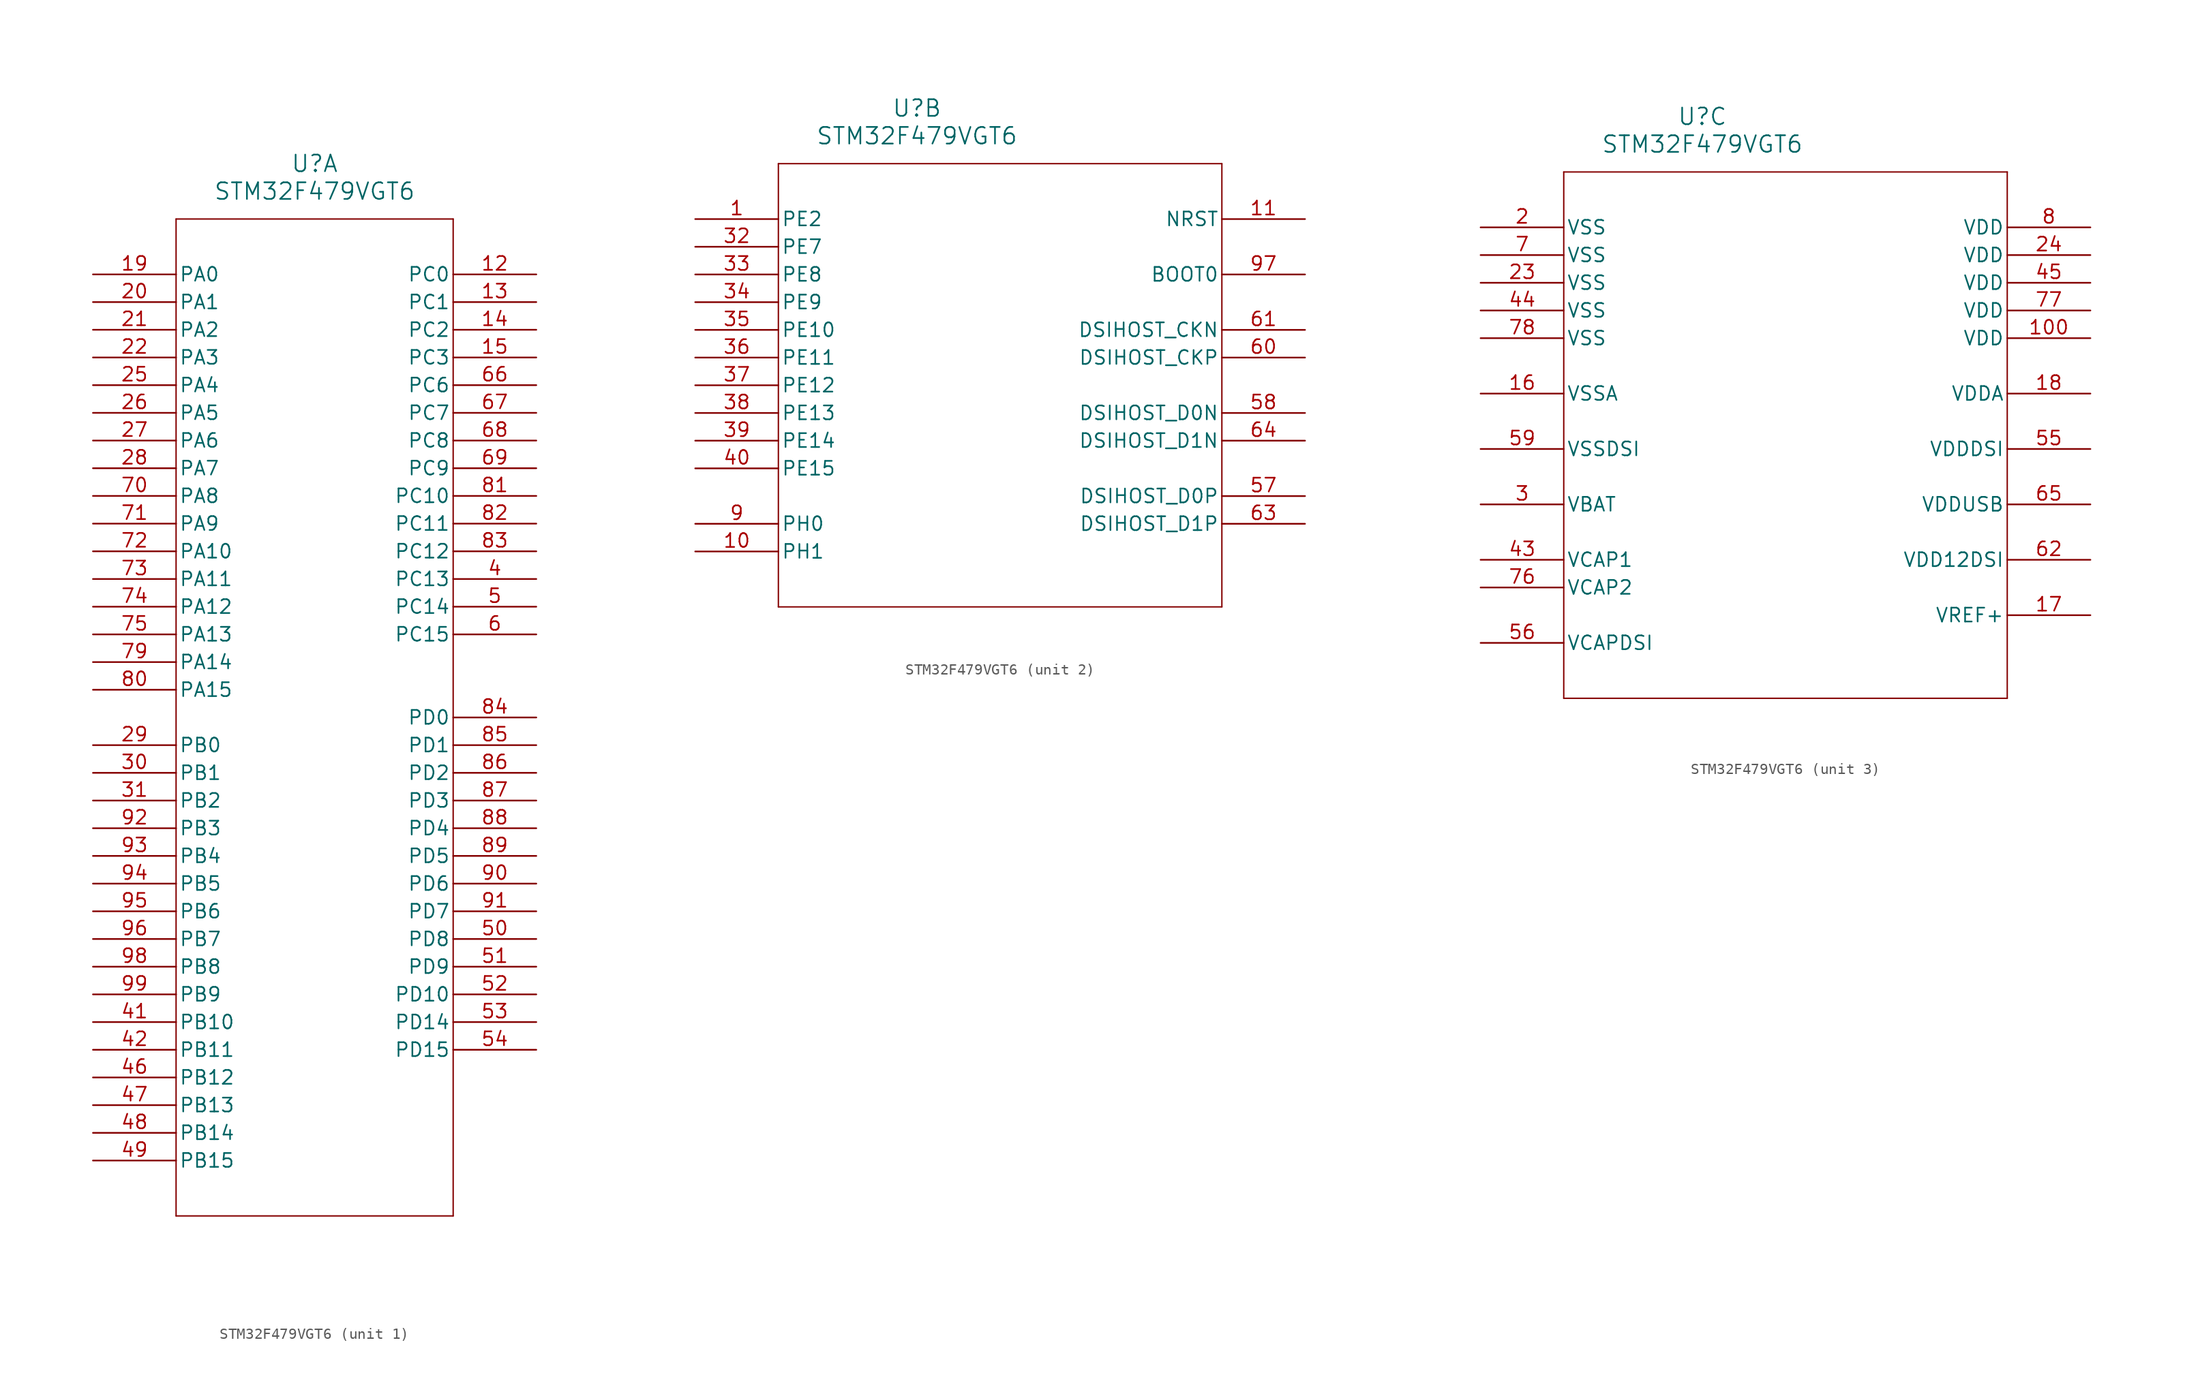
<source format=kicad_sym>
(kicad_symbol_lib
  (version 20231120)
  (generator "kicad_symbol_editor")
  (generator_version "8.0")
  (symbol "STM32F479VGT6"
    (pin_names
      (offset 0.254))
    (property "Reference" "U"
      (at 20.32 10.16 0)
      (effects (font (size 1.524 1.524))))
    (property "Value" "STM32F479VGT6"
      (at 20.32 7.62 0)
      (effects (font (size 1.524 1.524))))
    (property "ki_locked" ""
      (at 0 0 0)
      (effects (font (size 1.27 1.27))))
    (symbol "STM32F479VGT6_1_1"
      (polyline (pts (xy 7.62 -86.36) (xy 33.02 -86.36)) (stroke (width 0.127) (type default)) (fill (type none)))
      (polyline (pts (xy 7.62 5.08) (xy 7.62 -86.36)) (stroke (width 0.127) (type default)) (fill (type none)))
      (polyline (pts (xy 33.02 -86.36) (xy 33.02 5.08)) (stroke (width 0.127) (type default)) (fill (type none)))
      (polyline (pts (xy 33.02 5.08) (xy 7.62 5.08)) (stroke (width 0.127) (type default)) (fill (type none)))
      (pin bidirectional line (at 40.64 0 180) (length 7.62) (name "PC0" (effects (font (size 1.27 1.27)))) (number "12" (effects (font (size 1.27 1.27)))))
      (pin bidirectional line (at 40.64 -2.54 180) (length 7.62) (name "PC1" (effects (font (size 1.27 1.27)))) (number "13" (effects (font (size 1.27 1.27)))))
      (pin bidirectional line (at 40.64 -5.08 180) (length 7.62) (name "PC2" (effects (font (size 1.27 1.27)))) (number "14" (effects (font (size 1.27 1.27)))))
      (pin bidirectional line (at 40.64 -7.62 180) (length 7.62) (name "PC3" (effects (font (size 1.27 1.27)))) (number "15" (effects (font (size 1.27 1.27)))))
      (pin bidirectional line (at 0 0 0) (length 7.62) (name "PA0" (effects (font (size 1.27 1.27)))) (number "19" (effects (font (size 1.27 1.27)))))
      (pin bidirectional line (at 0 -2.54 0) (length 7.62) (name "PA1" (effects (font (size 1.27 1.27)))) (number "20" (effects (font (size 1.27 1.27)))))
      (pin bidirectional line (at 0 -5.08 0) (length 7.62) (name "PA2" (effects (font (size 1.27 1.27)))) (number "21" (effects (font (size 1.27 1.27)))))
      (pin bidirectional line (at 0 -7.62 0) (length 7.62) (name "PA3" (effects (font (size 1.27 1.27)))) (number "22" (effects (font (size 1.27 1.27)))))
      (pin bidirectional line (at 0 -10.16 0) (length 7.62) (name "PA4" (effects (font (size 1.27 1.27)))) (number "25" (effects (font (size 1.27 1.27)))))
      (pin bidirectional line (at 0 -12.7 0) (length 7.62) (name "PA5" (effects (font (size 1.27 1.27)))) (number "26" (effects (font (size 1.27 1.27)))))
      (pin bidirectional line (at 0 -15.24 0) (length 7.62) (name "PA6" (effects (font (size 1.27 1.27)))) (number "27" (effects (font (size 1.27 1.27)))))
      (pin bidirectional line (at 0 -17.78 0) (length 7.62) (name "PA7" (effects (font (size 1.27 1.27)))) (number "28" (effects (font (size 1.27 1.27)))))
      (pin bidirectional line (at 0 -43.18 0) (length 7.62) (name "PB0" (effects (font (size 1.27 1.27)))) (number "29" (effects (font (size 1.27 1.27)))))
      (pin bidirectional line (at 0 -45.72 0) (length 7.62) (name "PB1" (effects (font (size 1.27 1.27)))) (number "30" (effects (font (size 1.27 1.27)))))
      (pin bidirectional line (at 0 -48.26 0) (length 7.62) (name "PB2" (effects (font (size 1.27 1.27)))) (number "31" (effects (font (size 1.27 1.27)))))
      (pin bidirectional line (at 40.64 -27.94 180) (length 7.62) (name "PC13" (effects (font (size 1.27 1.27)))) (number "4" (effects (font (size 1.27 1.27)))))
      (pin bidirectional line (at 0 -68.58 0) (length 7.62) (name "PB10" (effects (font (size 1.27 1.27)))) (number "41" (effects (font (size 1.27 1.27)))))
      (pin bidirectional line (at 0 -71.12 0) (length 7.62) (name "PB11" (effects (font (size 1.27 1.27)))) (number "42" (effects (font (size 1.27 1.27)))))
      (pin bidirectional line (at 0 -73.66 0) (length 7.62) (name "PB12" (effects (font (size 1.27 1.27)))) (number "46" (effects (font (size 1.27 1.27)))))
      (pin bidirectional line (at 0 -76.2 0) (length 7.62) (name "PB13" (effects (font (size 1.27 1.27)))) (number "47" (effects (font (size 1.27 1.27)))))
      (pin bidirectional line (at 0 -78.74 0) (length 7.62) (name "PB14" (effects (font (size 1.27 1.27)))) (number "48" (effects (font (size 1.27 1.27)))))
      (pin bidirectional line (at 0 -81.28 0) (length 7.62) (name "PB15" (effects (font (size 1.27 1.27)))) (number "49" (effects (font (size 1.27 1.27)))))
      (pin bidirectional line (at 40.64 -30.48 180) (length 7.62) (name "PC14" (effects (font (size 1.27 1.27)))) (number "5" (effects (font (size 1.27 1.27)))))
      (pin bidirectional line (at 40.64 -60.96 180) (length 7.62) (name "PD8" (effects (font (size 1.27 1.27)))) (number "50" (effects (font (size 1.27 1.27)))))
      (pin bidirectional line (at 40.64 -63.5 180) (length 7.62) (name "PD9" (effects (font (size 1.27 1.27)))) (number "51" (effects (font (size 1.27 1.27)))))
      (pin bidirectional line (at 40.64 -66.04 180) (length 7.62) (name "PD10" (effects (font (size 1.27 1.27)))) (number "52" (effects (font (size 1.27 1.27)))))
      (pin bidirectional line (at 40.64 -68.58 180) (length 7.62) (name "PD14" (effects (font (size 1.27 1.27)))) (number "53" (effects (font (size 1.27 1.27)))))
      (pin bidirectional line (at 40.64 -71.12 180) (length 7.62) (name "PD15" (effects (font (size 1.27 1.27)))) (number "54" (effects (font (size 1.27 1.27)))))
      (pin bidirectional line (at 40.64 -33.02 180) (length 7.62) (name "PC15" (effects (font (size 1.27 1.27)))) (number "6" (effects (font (size 1.27 1.27)))))
      (pin bidirectional line (at 40.64 -10.16 180) (length 7.62) (name "PC6" (effects (font (size 1.27 1.27)))) (number "66" (effects (font (size 1.27 1.27)))))
      (pin bidirectional line (at 40.64 -12.7 180) (length 7.62) (name "PC7" (effects (font (size 1.27 1.27)))) (number "67" (effects (font (size 1.27 1.27)))))
      (pin bidirectional line (at 40.64 -15.24 180) (length 7.62) (name "PC8" (effects (font (size 1.27 1.27)))) (number "68" (effects (font (size 1.27 1.27)))))
      (pin bidirectional line (at 40.64 -17.78 180) (length 7.62) (name "PC9" (effects (font (size 1.27 1.27)))) (number "69" (effects (font (size 1.27 1.27)))))
      (pin bidirectional line (at 0 -20.32 0) (length 7.62) (name "PA8" (effects (font (size 1.27 1.27)))) (number "70" (effects (font (size 1.27 1.27)))))
      (pin bidirectional line (at 0 -22.86 0) (length 7.62) (name "PA9" (effects (font (size 1.27 1.27)))) (number "71" (effects (font (size 1.27 1.27)))))
      (pin bidirectional line (at 0 -25.4 0) (length 7.62) (name "PA10" (effects (font (size 1.27 1.27)))) (number "72" (effects (font (size 1.27 1.27)))))
      (pin bidirectional line (at 0 -27.94 0) (length 7.62) (name "PA11" (effects (font (size 1.27 1.27)))) (number "73" (effects (font (size 1.27 1.27)))))
      (pin bidirectional line (at 0 -30.48 0) (length 7.62) (name "PA12" (effects (font (size 1.27 1.27)))) (number "74" (effects (font (size 1.27 1.27)))))
      (pin bidirectional line (at 0 -33.02 0) (length 7.62) (name "PA13" (effects (font (size 1.27 1.27)))) (number "75" (effects (font (size 1.27 1.27)))))
      (pin bidirectional line (at 0 -35.56 0) (length 7.62) (name "PA14" (effects (font (size 1.27 1.27)))) (number "79" (effects (font (size 1.27 1.27)))))
      (pin bidirectional line (at 0 -38.1 0) (length 7.62) (name "PA15" (effects (font (size 1.27 1.27)))) (number "80" (effects (font (size 1.27 1.27)))))
      (pin bidirectional line (at 40.64 -20.32 180) (length 7.62) (name "PC10" (effects (font (size 1.27 1.27)))) (number "81" (effects (font (size 1.27 1.27)))))
      (pin bidirectional line (at 40.64 -22.86 180) (length 7.62) (name "PC11" (effects (font (size 1.27 1.27)))) (number "82" (effects (font (size 1.27 1.27)))))
      (pin bidirectional line (at 40.64 -25.4 180) (length 7.62) (name "PC12" (effects (font (size 1.27 1.27)))) (number "83" (effects (font (size 1.27 1.27)))))
      (pin bidirectional line (at 40.64 -40.64 180) (length 7.62) (name "PD0" (effects (font (size 1.27 1.27)))) (number "84" (effects (font (size 1.27 1.27)))))
      (pin bidirectional line (at 40.64 -43.18 180) (length 7.62) (name "PD1" (effects (font (size 1.27 1.27)))) (number "85" (effects (font (size 1.27 1.27)))))
      (pin bidirectional line (at 40.64 -45.72 180) (length 7.62) (name "PD2" (effects (font (size 1.27 1.27)))) (number "86" (effects (font (size 1.27 1.27)))))
      (pin bidirectional line (at 40.64 -48.26 180) (length 7.62) (name "PD3" (effects (font (size 1.27 1.27)))) (number "87" (effects (font (size 1.27 1.27)))))
      (pin bidirectional line (at 40.64 -50.8 180) (length 7.62) (name "PD4" (effects (font (size 1.27 1.27)))) (number "88" (effects (font (size 1.27 1.27)))))
      (pin bidirectional line (at 40.64 -53.34 180) (length 7.62) (name "PD5" (effects (font (size 1.27 1.27)))) (number "89" (effects (font (size 1.27 1.27)))))
      (pin bidirectional line (at 40.64 -55.88 180) (length 7.62) (name "PD6" (effects (font (size 1.27 1.27)))) (number "90" (effects (font (size 1.27 1.27)))))
      (pin bidirectional line (at 40.64 -58.42 180) (length 7.62) (name "PD7" (effects (font (size 1.27 1.27)))) (number "91" (effects (font (size 1.27 1.27)))))
      (pin bidirectional line (at 0 -50.8 0) (length 7.62) (name "PB3" (effects (font (size 1.27 1.27)))) (number "92" (effects (font (size 1.27 1.27)))))
      (pin bidirectional line (at 0 -53.34 0) (length 7.62) (name "PB4" (effects (font (size 1.27 1.27)))) (number "93" (effects (font (size 1.27 1.27)))))
      (pin bidirectional line (at 0 -55.88 0) (length 7.62) (name "PB5" (effects (font (size 1.27 1.27)))) (number "94" (effects (font (size 1.27 1.27)))))
      (pin bidirectional line (at 0 -58.42 0) (length 7.62) (name "PB6" (effects (font (size 1.27 1.27)))) (number "95" (effects (font (size 1.27 1.27)))))
      (pin bidirectional line (at 0 -60.96 0) (length 7.62) (name "PB7" (effects (font (size 1.27 1.27)))) (number "96" (effects (font (size 1.27 1.27)))))
      (pin bidirectional line (at 0 -63.5 0) (length 7.62) (name "PB8" (effects (font (size 1.27 1.27)))) (number "98" (effects (font (size 1.27 1.27)))))
      (pin bidirectional line (at 0 -66.04 0) (length 7.62) (name "PB9" (effects (font (size 1.27 1.27)))) (number "99" (effects (font (size 1.27 1.27))))))
    (symbol "STM32F479VGT6_2_1"
      (polyline (pts (xy 7.62 -35.56) (xy 48.26 -35.56)) (stroke (width 0.127) (type default)) (fill (type none)))
      (polyline (pts (xy 7.62 5.08) (xy 7.62 -35.56)) (stroke (width 0.127) (type default)) (fill (type none)))
      (polyline (pts (xy 48.26 -35.56) (xy 48.26 5.08)) (stroke (width 0.127) (type default)) (fill (type none)))
      (polyline (pts (xy 48.26 5.08) (xy 7.62 5.08)) (stroke (width 0.127) (type default)) (fill (type none)))
      (pin bidirectional line (at 0 0 0) (length 7.62) (name "PE2" (effects (font (size 1.27 1.27)))) (number "1" (effects (font (size 1.27 1.27)))))
      (pin bidirectional line (at 0 -30.48 0) (length 7.62) (name "PH1" (effects (font (size 1.27 1.27)))) (number "10" (effects (font (size 1.27 1.27)))))
      (pin bidirectional line (at 55.88 0 180) (length 7.62) (name "NRST" (effects (font (size 1.27 1.27)))) (number "11" (effects (font (size 1.27 1.27)))))
      (pin bidirectional line (at 0 -2.54 0) (length 7.62) (name "PE7" (effects (font (size 1.27 1.27)))) (number "32" (effects (font (size 1.27 1.27)))))
      (pin bidirectional line (at 0 -5.08 0) (length 7.62) (name "PE8" (effects (font (size 1.27 1.27)))) (number "33" (effects (font (size 1.27 1.27)))))
      (pin bidirectional line (at 0 -7.62 0) (length 7.62) (name "PE9" (effects (font (size 1.27 1.27)))) (number "34" (effects (font (size 1.27 1.27)))))
      (pin bidirectional line (at 0 -10.16 0) (length 7.62) (name "PE10" (effects (font (size 1.27 1.27)))) (number "35" (effects (font (size 1.27 1.27)))))
      (pin bidirectional line (at 0 -12.7 0) (length 7.62) (name "PE11" (effects (font (size 1.27 1.27)))) (number "36" (effects (font (size 1.27 1.27)))))
      (pin bidirectional line (at 0 -15.24 0) (length 7.62) (name "PE12" (effects (font (size 1.27 1.27)))) (number "37" (effects (font (size 1.27 1.27)))))
      (pin bidirectional line (at 0 -17.78 0) (length 7.62) (name "PE13" (effects (font (size 1.27 1.27)))) (number "38" (effects (font (size 1.27 1.27)))))
      (pin bidirectional line (at 0 -20.32 0) (length 7.62) (name "PE14" (effects (font (size 1.27 1.27)))) (number "39" (effects (font (size 1.27 1.27)))))
      (pin bidirectional line (at 0 -22.86 0) (length 7.62) (name "PE15" (effects (font (size 1.27 1.27)))) (number "40" (effects (font (size 1.27 1.27)))))
      (pin bidirectional line (at 55.88 -25.4 180) (length 7.62) (name "DSIHOST_D0P" (effects (font (size 1.27 1.27)))) (number "57" (effects (font (size 1.27 1.27)))))
      (pin bidirectional line (at 55.88 -17.78 180) (length 7.62) (name "DSIHOST_D0N" (effects (font (size 1.27 1.27)))) (number "58" (effects (font (size 1.27 1.27)))))
      (pin bidirectional line (at 55.88 -12.7 180) (length 7.62) (name "DSIHOST_CKP" (effects (font (size 1.27 1.27)))) (number "60" (effects (font (size 1.27 1.27)))))
      (pin bidirectional line (at 55.88 -10.16 180) (length 7.62) (name "DSIHOST_CKN" (effects (font (size 1.27 1.27)))) (number "61" (effects (font (size 1.27 1.27)))))
      (pin bidirectional line (at 55.88 -27.94 180) (length 7.62) (name "DSIHOST_D1P" (effects (font (size 1.27 1.27)))) (number "63" (effects (font (size 1.27 1.27)))))
      (pin bidirectional line (at 55.88 -20.32 180) (length 7.62) (name "DSIHOST_D1N" (effects (font (size 1.27 1.27)))) (number "64" (effects (font (size 1.27 1.27)))))
      (pin bidirectional line (at 0 -27.94 0) (length 7.62) (name "PH0" (effects (font (size 1.27 1.27)))) (number "9" (effects (font (size 1.27 1.27)))))
      (pin input line (at 55.88 -5.08 180) (length 7.62) (name "BOOT0" (effects (font (size 1.27 1.27)))) (number "97" (effects (font (size 1.27 1.27))))))
    (symbol "STM32F479VGT6_3_1"
      (polyline (pts (xy 7.62 -43.18) (xy 48.26 -43.18)) (stroke (width 0.127) (type default)) (fill (type none)))
      (polyline (pts (xy 7.62 5.08) (xy 7.62 -43.18)) (stroke (width 0.127) (type default)) (fill (type none)))
      (polyline (pts (xy 48.26 -43.18) (xy 48.26 5.08)) (stroke (width 0.127) (type default)) (fill (type none)))
      (polyline (pts (xy 48.26 5.08) (xy 7.62 5.08)) (stroke (width 0.127) (type default)) (fill (type none)))
      (pin power_in line (at 55.88 -10.16 180) (length 7.62) (name "VDD" (effects (font (size 1.27 1.27)))) (number "100" (effects (font (size 1.27 1.27)))))
      (pin power_in line (at 0 -15.24 0) (length 7.62) (name "VSSA" (effects (font (size 1.27 1.27)))) (number "16" (effects (font (size 1.27 1.27)))))
      (pin power_in line (at 55.88 -35.56 180) (length 7.62) (name "VREF+" (effects (font (size 1.27 1.27)))) (number "17" (effects (font (size 1.27 1.27)))))
      (pin power_in line (at 55.88 -15.24 180) (length 7.62) (name "VDDA" (effects (font (size 1.27 1.27)))) (number "18" (effects (font (size 1.27 1.27)))))
      (pin power_in line (at 0 0 0) (length 7.62) (name "VSS" (effects (font (size 1.27 1.27)))) (number "2" (effects (font (size 1.27 1.27)))))
      (pin power_in line (at 0 -5.08 0) (length 7.62) (name "VSS" (effects (font (size 1.27 1.27)))) (number "23" (effects (font (size 1.27 1.27)))))
      (pin power_in line (at 55.88 -2.54 180) (length 7.62) (name "VDD" (effects (font (size 1.27 1.27)))) (number "24" (effects (font (size 1.27 1.27)))))
      (pin power_in line (at 0 -25.4 0) (length 7.62) (name "VBAT" (effects (font (size 1.27 1.27)))) (number "3" (effects (font (size 1.27 1.27)))))
      (pin power_in line (at 0 -30.48 0) (length 7.62) (name "VCAP1" (effects (font (size 1.27 1.27)))) (number "43" (effects (font (size 1.27 1.27)))))
      (pin power_in line (at 0 -7.62 0) (length 7.62) (name "VSS" (effects (font (size 1.27 1.27)))) (number "44" (effects (font (size 1.27 1.27)))))
      (pin power_in line (at 55.88 -5.08 180) (length 7.62) (name "VDD" (effects (font (size 1.27 1.27)))) (number "45" (effects (font (size 1.27 1.27)))))
      (pin power_in line (at 55.88 -20.32 180) (length 7.62) (name "VDDDSI" (effects (font (size 1.27 1.27)))) (number "55" (effects (font (size 1.27 1.27)))))
      (pin power_in line (at 0 -38.1 0) (length 7.62) (name "VCAPDSI" (effects (font (size 1.27 1.27)))) (number "56" (effects (font (size 1.27 1.27)))))
      (pin power_in line (at 0 -20.32 0) (length 7.62) (name "VSSDSI" (effects (font (size 1.27 1.27)))) (number "59" (effects (font (size 1.27 1.27)))))
      (pin power_in line (at 55.88 -30.48 180) (length 7.62) (name "VDD12DSI" (effects (font (size 1.27 1.27)))) (number "62" (effects (font (size 1.27 1.27)))))
      (pin power_in line (at 55.88 -25.4 180) (length 7.62) (name "VDDUSB" (effects (font (size 1.27 1.27)))) (number "65" (effects (font (size 1.27 1.27)))))
      (pin power_in line (at 0 -2.54 0) (length 7.62) (name "VSS" (effects (font (size 1.27 1.27)))) (number "7" (effects (font (size 1.27 1.27)))))
      (pin power_in line (at 0 -33.02 0) (length 7.62) (name "VCAP2" (effects (font (size 1.27 1.27)))) (number "76" (effects (font (size 1.27 1.27)))))
      (pin power_in line (at 55.88 -7.62 180) (length 7.62) (name "VDD" (effects (font (size 1.27 1.27)))) (number "77" (effects (font (size 1.27 1.27)))))
      (pin power_in line (at 0 -10.16 0) (length 7.62) (name "VSS" (effects (font (size 1.27 1.27)))) (number "78" (effects (font (size 1.27 1.27)))))
      (pin power_in line (at 55.88 0 180) (length 7.62) (name "VDD" (effects (font (size 1.27 1.27)))) (number "8" (effects (font (size 1.27 1.27))))))))
</source>
